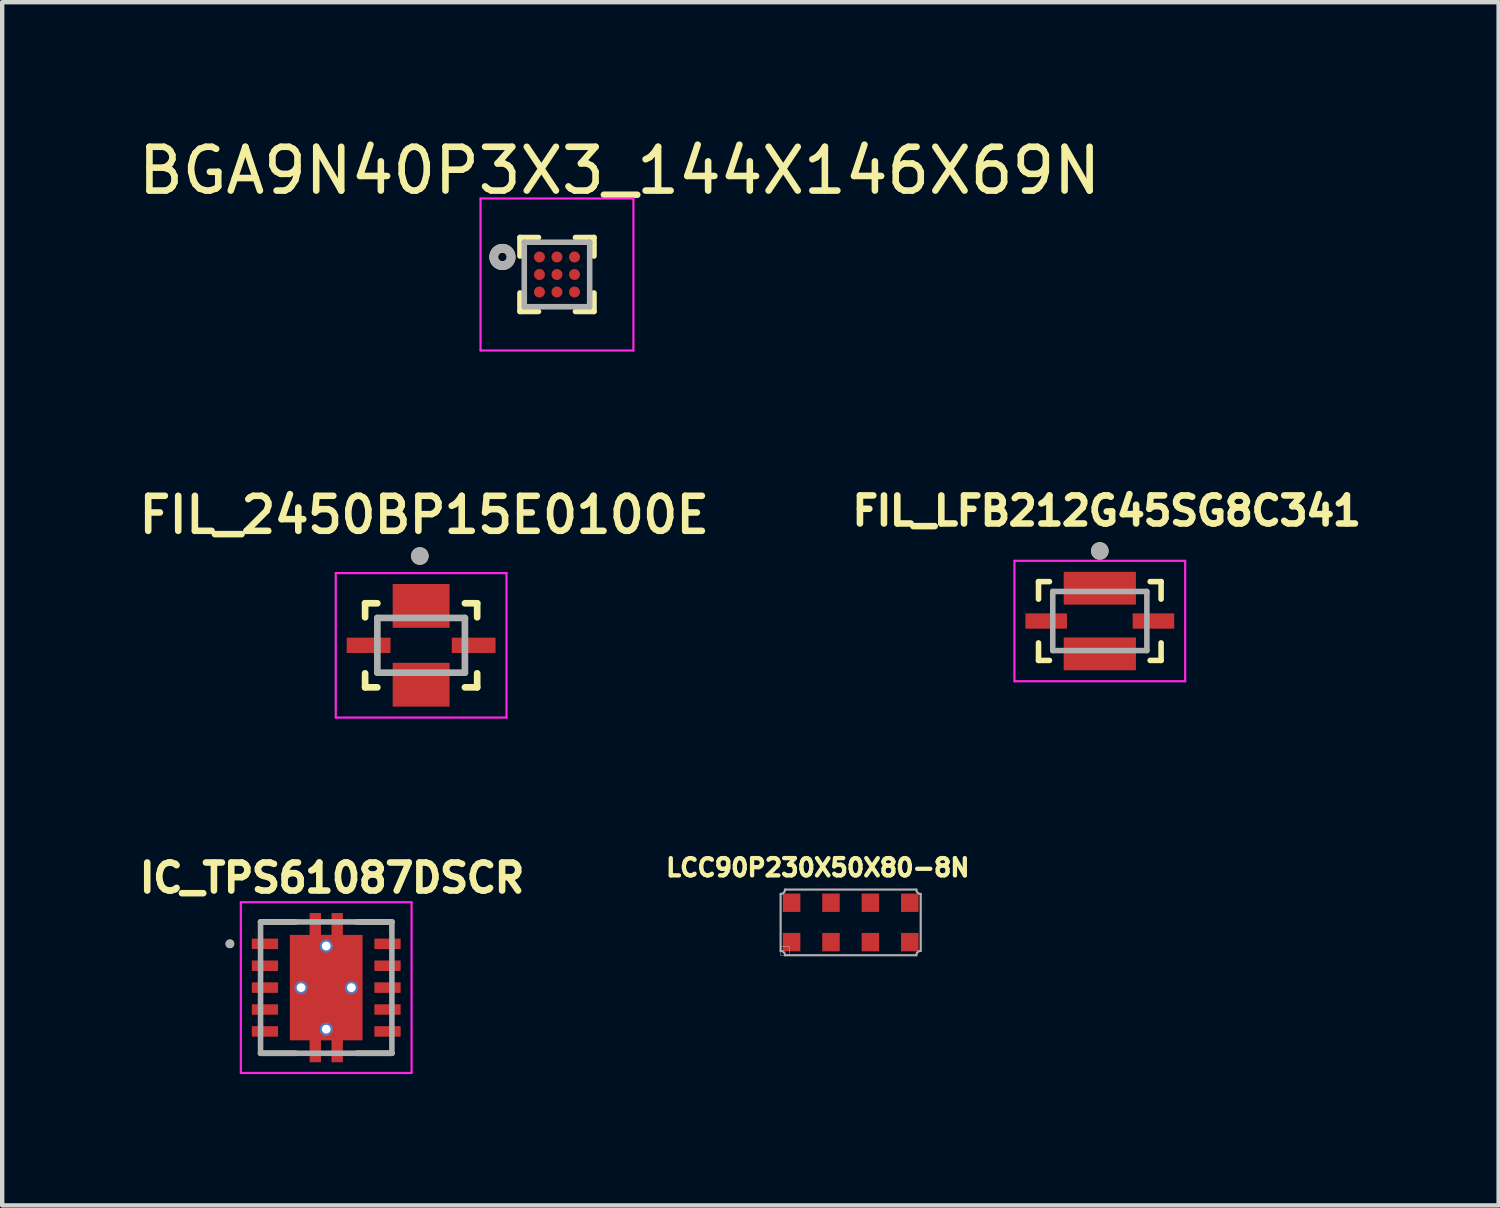
<source format=kicad_pcb>
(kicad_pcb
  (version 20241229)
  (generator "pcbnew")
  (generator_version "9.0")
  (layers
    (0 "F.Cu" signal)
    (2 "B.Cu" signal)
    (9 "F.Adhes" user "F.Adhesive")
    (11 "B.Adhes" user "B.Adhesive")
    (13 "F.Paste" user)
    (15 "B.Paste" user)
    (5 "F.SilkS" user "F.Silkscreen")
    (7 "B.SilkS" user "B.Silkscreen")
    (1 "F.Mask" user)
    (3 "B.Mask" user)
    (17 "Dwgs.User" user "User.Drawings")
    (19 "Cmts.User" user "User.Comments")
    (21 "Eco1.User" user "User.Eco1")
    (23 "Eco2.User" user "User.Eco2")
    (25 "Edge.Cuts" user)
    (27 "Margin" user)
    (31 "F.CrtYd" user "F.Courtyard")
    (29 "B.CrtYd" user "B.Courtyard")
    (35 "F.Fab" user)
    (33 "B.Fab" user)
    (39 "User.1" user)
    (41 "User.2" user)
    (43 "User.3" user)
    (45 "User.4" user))
  (footprint "FIL_2450BP15E0100E"
    (layer "F.Cu")
    (at 6.57 11.691)
    (property "Reference" "FIL_2450BP15E0100E" (at 0.07 -2.978 0) (layer "F.SilkS") (effects (font (size 0.8 0.8) (thickness 0.15))))
    (attr through_hole)
    (fp_line (start -1.28 -0.96) (end -1 -0.96) (stroke (width 0.152) (type solid)) (layer "F.SilkS"))
    (fp_line (start -1.28 -0.64) (end -1.28 -0.96) (stroke (width 0.152) (type solid)) (layer "F.SilkS"))
    (fp_line (start -1.28 0.64) (end -1.28 0.96) (stroke (width 0.152) (type solid)) (layer "F.SilkS"))
    (fp_line (start -1.28 0.96) (end -1 0.96) (stroke (width 0.152) (type solid)) (layer "F.SilkS"))
    (fp_line (start 1 0.96) (end 1.28 0.96) (stroke (width 0.152) (type solid)) (layer "F.SilkS"))
    (fp_line (start 1.28 -0.96) (end 1 -0.96) (stroke (width 0.152) (type solid)) (layer "F.SilkS"))
    (fp_line (start 1.28 -0.64) (end 1.28 -0.96) (stroke (width 0.152) (type solid)) (layer "F.SilkS"))
    (fp_line (start 1.28 0.96) (end 1.28 0.64) (stroke (width 0.152) (type solid)) (layer "F.SilkS"))
    (fp_circle (center -0.03 -2.04) (end 0.07 -2.04) (stroke (width 0.2) (type solid)) (fill no) (layer "F.SilkS"))
    (fp_line (start -1.95 -1.65) (end -1.95 1.65) (stroke (width 0.05) (type solid)) (layer "F.CrtYd"))
    (fp_line (start -1.95 1.65) (end 1.95 1.65) (stroke (width 0.05) (type solid)) (layer "F.CrtYd"))
    (fp_line (start 1.95 -1.65) (end -1.95 -1.65) (stroke (width 0.05) (type solid)) (layer "F.CrtYd"))
    (fp_line (start 1.95 1.65) (end 1.95 -1.65) (stroke (width 0.05) (type solid)) (layer "F.CrtYd"))
    (fp_line (start -1 -0.625) (end -1 0.625) (stroke (width 0.152) (type solid)) (layer "F.Fab"))
    (fp_line (start -1 0.625) (end 1 0.625) (stroke (width 0.152) (type solid)) (layer "F.Fab"))
    (fp_line (start 1 -0.625) (end -1 -0.625) (stroke (width 0.152) (type solid)) (layer "F.Fab"))
    (fp_line (start 1 0.625) (end 1 -0.625) (stroke (width 0.152) (type solid)) (layer "F.Fab"))
    (fp_circle (center -0.03 -2.04) (end 0.07 -2.04) (stroke (width 0.2) (type solid)) (fill no) (layer "F.Fab"))
    (pad "1" smd rect (at 0 -0.9) (size 1.3 1) (layers "F.Cu" "F.Mask" "F.Paste"))
    (pad "2" smd rect (at 1.2 0) (size 1 0.35) (layers "F.Cu" "F.Mask" "F.Paste"))
    (pad "3" smd rect (at 0 0.9) (size 1.3 1) (layers "F.Cu" "F.Mask" "F.Paste"))
    (pad "4" smd rect (at -1.2 0) (size 1 0.35) (layers "F.Cu" "F.Mask" "F.Paste")))
  (footprint "FIL_LFB212G45SG8C341"
    (layer "F.Cu")
    (at 22.073 11.136)
    (property "Reference" "FIL_LFB212G45SG8C341" (at 0.159 -2.517 0) (layer "F.SilkS") (effects (font (size 0.64 0.64) (thickness 0.15))))
    (attr through_hole)
    (fp_poly (pts (xy -1.7 -0.175) (xy -0.75 -0.175) (xy -0.75 0.175) (xy -1.7 0.175)) (stroke (width 0.01) (type solid)) (fill yes) (layer "F.Mask"))
    (fp_poly (pts (xy -0.825 -1.125) (xy 0.825 -1.125) (xy 0.825 -0.375) (xy -0.825 -0.375)) (stroke (width 0.01) (type solid)) (fill yes) (layer "F.Mask"))
    (fp_poly (pts (xy -0.825 0.375) (xy 0.825 0.375) (xy 0.825 1.125) (xy -0.825 1.125)) (stroke (width 0.01) (type solid)) (fill yes) (layer "F.Mask"))
    (fp_poly (pts (xy 0.75 -0.175) (xy 1.7 -0.175) (xy 1.7 0.175) (xy 0.75 0.175)) (stroke (width 0.01) (type solid)) (fill yes) (layer "F.Mask"))
    (fp_line (start -1.4 -0.9) (end -1.4 -0.5) (stroke (width 0.127) (type solid)) (layer "F.SilkS"))
    (fp_line (start -1.4 0.9) (end -1.4 0.5) (stroke (width 0.127) (type solid)) (layer "F.SilkS"))
    (fp_line (start -1.15 -0.9) (end -1.4 -0.9) (stroke (width 0.127) (type solid)) (layer "F.SilkS"))
    (fp_line (start -1.15 0.9) (end -1.4 0.9) (stroke (width 0.127) (type solid)) (layer "F.SilkS"))
    (fp_line (start 1.15 -0.9) (end 1.4 -0.9) (stroke (width 0.127) (type solid)) (layer "F.SilkS"))
    (fp_line (start 1.15 0.9) (end 1.4 0.9) (stroke (width 0.127) (type solid)) (layer "F.SilkS"))
    (fp_line (start 1.4 -0.9) (end 1.4 -0.5) (stroke (width 0.127) (type solid)) (layer "F.SilkS"))
    (fp_line (start 1.4 0.9) (end 1.4 0.5) (stroke (width 0.127) (type solid)) (layer "F.SilkS"))
    (fp_circle (center 0 -1.6) (end 0.1 -1.6) (stroke (width 0.2) (type solid)) (fill no) (layer "F.SilkS"))
    (fp_line (start -1.95 -1.375) (end 1.95 -1.375) (stroke (width 0.05) (type solid)) (layer "F.CrtYd"))
    (fp_line (start -1.95 1.375) (end -1.95 -1.375) (stroke (width 0.05) (type solid)) (layer "F.CrtYd"))
    (fp_line (start -1.95 1.375) (end 1.95 1.375) (stroke (width 0.05) (type solid)) (layer "F.CrtYd"))
    (fp_line (start 1.95 1.375) (end 1.95 -1.375) (stroke (width 0.05) (type solid)) (layer "F.CrtYd"))
    (fp_line (start -1.075 0.675) (end -1.075 -0.675) (stroke (width 0.127) (type solid)) (layer "F.Fab"))
    (fp_line (start 1.075 -0.675) (end -1.075 -0.675) (stroke (width 0.127) (type solid)) (layer "F.Fab"))
    (fp_line (start 1.075 0.675) (end -1.075 0.675) (stroke (width 0.127) (type solid)) (layer "F.Fab"))
    (fp_line (start 1.075 0.675) (end 1.075 -0.675) (stroke (width 0.127) (type solid)) (layer "F.Fab"))
    (fp_circle (center 0 -1.6) (end 0.1 -1.6) (stroke (width 0.2) (type solid)) (fill no) (layer "F.Fab"))
    (pad "1" smd rect (at 0 -0.75) (size 1.65 0.75) (layers "F.Cu" "F.Paste"))
    (pad "2" smd rect (at 1.225 0) (size 0.95 0.35) (layers "F.Cu" "F.Paste"))
    (pad "3" smd rect (at 0 0.75) (size 1.65 0.75) (layers "F.Cu" "F.Paste"))
    (pad "4" smd rect (at -1.225 0) (size 0.95 0.35) (layers "F.Cu" "F.Paste")))
  (footprint "BGA9N40P3X3_144X146X69N"
    (layer "F.Cu")
    (at 9.673 3.22)
    (property "Reference" "BGA9N40P3X3_144X146X69N" (at 1.429 -2.372 0) (layer "F.SilkS") (effects (font (size 1 1) (thickness 0.15))))
    (attr through_hole)
    (fp_line (start -0.845 -0.845) (end -0.845 -0.422) (stroke (width 0.127) (type solid)) (layer "F.SilkS"))
    (fp_line (start -0.845 -0.845) (end -0.422 -0.845) (stroke (width 0.127) (type solid)) (layer "F.SilkS"))
    (fp_line (start -0.845 0.845) (end -0.845 0.422) (stroke (width 0.127) (type solid)) (layer "F.SilkS"))
    (fp_line (start -0.845 0.845) (end -0.422 0.845) (stroke (width 0.127) (type solid)) (layer "F.SilkS"))
    (fp_line (start 0.845 -0.845) (end 0.422 -0.845) (stroke (width 0.127) (type solid)) (layer "F.SilkS"))
    (fp_line (start 0.845 -0.845) (end 0.845 -0.422) (stroke (width 0.127) (type solid)) (layer "F.SilkS"))
    (fp_line (start 0.845 0.845) (end 0.422 0.845) (stroke (width 0.127) (type solid)) (layer "F.SilkS"))
    (fp_line (start 0.845 0.845) (end 0.845 0.422) (stroke (width 0.127) (type solid)) (layer "F.SilkS"))
    (fp_circle (center -1.246 -0.4) (end -1.147 -0.4) (stroke (width 0.2) (type solid)) (fill no) (layer "F.SilkS"))
    (fp_line (start -1.746 -1.736) (end 1.746 -1.736) (stroke (width 0.05) (type solid)) (layer "F.CrtYd"))
    (fp_line (start -1.746 1.736) (end -1.746 -1.736) (stroke (width 0.05) (type solid)) (layer "F.CrtYd"))
    (fp_line (start -1.746 1.736) (end 1.746 1.736) (stroke (width 0.05) (type solid)) (layer "F.CrtYd"))
    (fp_line (start 1.746 1.736) (end 1.746 -1.736) (stroke (width 0.05) (type solid)) (layer "F.CrtYd"))
    (fp_line (start -0.747 0.737) (end -0.747 -0.737) (stroke (width 0.127) (type solid)) (layer "F.Fab"))
    (fp_line (start 0.747 -0.737) (end -0.747 -0.737) (stroke (width 0.127) (type solid)) (layer "F.Fab"))
    (fp_line (start 0.747 0.737) (end -0.747 0.737) (stroke (width 0.127) (type solid)) (layer "F.Fab"))
    (fp_line (start 0.747 0.737) (end 0.747 -0.737) (stroke (width 0.127) (type solid)) (layer "F.Fab"))
    (fp_circle (center -1.246 -0.4) (end -1.147 -0.4) (stroke (width 0.2) (type solid)) (fill no) (layer "F.Fab"))
    (pad "A1" smd circle (at -0.4 -0.4) (size 0.25 0.25) (layers "F.Cu" "F.Mask" "F.Paste"))
    (pad "A2" smd circle (at 0 -0.4) (size 0.25 0.25) (layers "F.Cu" "F.Mask" "F.Paste"))
    (pad "A3" smd circle (at 0.4 -0.4) (size 0.25 0.25) (layers "F.Cu" "F.Mask" "F.Paste"))
    (pad "B1" smd circle (at -0.4 0) (size 0.25 0.25) (layers "F.Cu" "F.Mask" "F.Paste"))
    (pad "B2" smd circle (at 0 0) (size 0.25 0.25) (layers "F.Cu" "F.Mask" "F.Paste"))
    (pad "B3" smd circle (at 0.4 0) (size 0.25 0.25) (layers "F.Cu" "F.Mask" "F.Paste"))
    (pad "C1" smd circle (at -0.4 0.4) (size 0.25 0.25) (layers "F.Cu" "F.Mask" "F.Paste"))
    (pad "C2" smd circle (at 0 0.4) (size 0.25 0.25) (layers "F.Cu" "F.Mask" "F.Paste"))
    (pad "C3" smd circle (at 0.4 0.4) (size 0.25 0.25) (layers "F.Cu" "F.Mask" "F.Paste")))
  (footprint "IC_TPS61087DSCR"
    (layer "F.Cu")
    (at 4.402 19.51)
    (property "Reference" "IC_TPS61087DSCR" (at 0.132 -2.506 0) (layer "F.SilkS") (effects (font (size 0.64 0.64) (thickness 0.15))))
    (attr through_hole)
    (fp_poly (pts (xy -1.77 -1.19) (xy -1.03 -1.19) (xy -1.03 -0.81) (xy -1.77 -0.81)) (stroke (width 0.01) (type solid)) (fill yes) (layer "F.Mask"))
    (fp_poly (pts (xy -1.77 -0.69) (xy -1.03 -0.69) (xy -1.03 -0.31) (xy -1.77 -0.31)) (stroke (width 0.01) (type solid)) (fill yes) (layer "F.Mask"))
    (fp_poly (pts (xy -1.77 -0.19) (xy -1.03 -0.19) (xy -1.03 0.19) (xy -1.77 0.19)) (stroke (width 0.01) (type solid)) (fill yes) (layer "F.Mask"))
    (fp_poly (pts (xy -1.77 0.31) (xy -1.03 0.31) (xy -1.03 0.69) (xy -1.77 0.69)) (stroke (width 0.01) (type solid)) (fill yes) (layer "F.Mask"))
    (fp_poly (pts (xy -1.77 0.81) (xy -1.03 0.81) (xy -1.03 1.19) (xy -1.77 1.19)) (stroke (width 0.01) (type solid)) (fill yes) (layer "F.Mask"))
    (fp_poly (pts (xy 1.03 -1.19) (xy 1.77 -1.19) (xy 1.77 -0.81) (xy 1.03 -0.81)) (stroke (width 0.01) (type solid)) (fill yes) (layer "F.Mask"))
    (fp_poly (pts (xy 1.03 -0.69) (xy 1.77 -0.69) (xy 1.77 -0.31) (xy 1.03 -0.31)) (stroke (width 0.01) (type solid)) (fill yes) (layer "F.Mask"))
    (fp_poly (pts (xy 1.03 -0.19) (xy 1.77 -0.19) (xy 1.77 0.19) (xy 1.03 0.19)) (stroke (width 0.01) (type solid)) (fill yes) (layer "F.Mask"))
    (fp_poly (pts (xy 1.03 0.31) (xy 1.77 0.31) (xy 1.77 0.69) (xy 1.03 0.69)) (stroke (width 0.01) (type solid)) (fill yes) (layer "F.Mask"))
    (fp_poly (pts (xy 1.03 0.81) (xy 1.77 0.81) (xy 1.77 1.19) (xy 1.03 1.19)) (stroke (width 0.01) (type solid)) (fill yes) (layer "F.Mask"))
    (fp_poly (pts (xy -0.895 -1.27) (xy -0.445 -1.27) (xy -0.445 -1.77) (xy -0.055 -1.77) (xy -0.055 -1.27) (xy 0.055 -1.27) (xy 0.055 -1.77) (xy 0.445 -1.77) (xy 0.445 -1.27) (xy 0.895 -1.27) (xy 0.895 1.27) (xy 0.445 1.27) (xy 0.445 1.77) (xy 0.055 1.77) (xy 0.055 1.27) (xy -0.055 1.27) (xy -0.055 1.77) (xy -0.445 1.77) (xy -0.445 1.27) (xy -0.895 1.27)) (stroke (width 0.01) (type solid)) (fill yes) (layer "F.Mask"))
    (fp_line (start -1.5 -1.5) (end -0.695 -1.5) (stroke (width 0.127) (type solid)) (layer "F.SilkS"))
    (fp_line (start -1.5 1.5) (end -0.695 1.5) (stroke (width 0.127) (type solid)) (layer "F.SilkS"))
    (fp_line (start 0.695 -1.5) (end 1.5 -1.5) (stroke (width 0.127) (type solid)) (layer "F.SilkS"))
    (fp_line (start 0.695 1.5) (end 1.5 1.5) (stroke (width 0.127) (type solid)) (layer "F.SilkS"))
    (fp_circle (center -2.2 -1) (end -2.15 -1) (stroke (width 0.1) (type solid)) (fill no) (layer "F.SilkS"))
    (fp_poly (pts (xy -0.75 -1.16) (xy 0.75 -1.16) (xy 0.75 -0.1) (xy -0.75 -0.1)) (stroke (width 0.01) (type solid)) (fill yes) (layer "F.Paste"))
    (fp_poly (pts (xy -0.75 0.1) (xy 0.75 0.1) (xy 0.75 1.16) (xy -0.75 1.16)) (stroke (width 0.01) (type solid)) (fill yes) (layer "F.Paste"))
    (fp_poly (pts (xy -0.375 -1.7) (xy -0.125 -1.7) (xy -0.125 -1.36) (xy -0.375 -1.36)) (stroke (width 0.01) (type solid)) (fill yes) (layer "F.Paste"))
    (fp_poly (pts (xy -0.375 1.36) (xy -0.125 1.36) (xy -0.125 1.7) (xy -0.375 1.7)) (stroke (width 0.01) (type solid)) (fill yes) (layer "F.Paste"))
    (fp_poly (pts (xy 0.125 -1.7) (xy 0.375 -1.7) (xy 0.375 -1.36) (xy 0.125 -1.36)) (stroke (width 0.01) (type solid)) (fill yes) (layer "F.Paste"))
    (fp_poly (pts (xy 0.125 1.36) (xy 0.375 1.36) (xy 0.375 1.7) (xy 0.125 1.7)) (stroke (width 0.01) (type solid)) (fill yes) (layer "F.Paste"))
    (fp_line (start -1.95 -1.95) (end -1.95 1.95) (stroke (width 0.05) (type solid)) (layer "F.CrtYd"))
    (fp_line (start -1.95 1.95) (end 1.95 1.95) (stroke (width 0.05) (type solid)) (layer "F.CrtYd"))
    (fp_line (start 1.95 -1.95) (end -1.95 -1.95) (stroke (width 0.05) (type solid)) (layer "F.CrtYd"))
    (fp_line (start 1.95 1.95) (end 1.95 -1.95) (stroke (width 0.05) (type solid)) (layer "F.CrtYd"))
    (fp_line (start -1.5 -1.5) (end 1.5 -1.5) (stroke (width 0.127) (type solid)) (layer "F.Fab"))
    (fp_line (start -1.5 1.5) (end -1.5 -1.5) (stroke (width 0.127) (type solid)) (layer "F.Fab"))
    (fp_line (start 1.5 -1.5) (end 1.5 1.5) (stroke (width 0.127) (type solid)) (layer "F.Fab"))
    (fp_line (start 1.5 1.5) (end -1.5 1.5) (stroke (width 0.127) (type solid)) (layer "F.Fab"))
    (fp_circle (center -2.2 -1) (end -2.15 -1) (stroke (width 0.1) (type solid)) (fill no) (layer "F.Fab"))
    (pad "1" smd roundrect (at -1.4 -1) (size 0.6 0.24) (layers "F.Cu" "F.Paste") (roundrect_rratio 0.05))
    (pad "2" smd roundrect (at -1.4 -0.5) (size 0.6 0.24) (layers "F.Cu" "F.Paste") (roundrect_rratio 0.05))
    (pad "3" smd roundrect (at -1.4 0) (size 0.6 0.24) (layers "F.Cu" "F.Paste") (roundrect_rratio 0.05))
    (pad "4" smd roundrect (at -1.4 0.5) (size 0.6 0.24) (layers "F.Cu" "F.Paste") (roundrect_rratio 0.05))
    (pad "5" smd roundrect (at -1.4 1) (size 0.6 0.24) (layers "F.Cu" "F.Paste") (roundrect_rratio 0.05))
    (pad "6" smd roundrect (at 1.4 1) (size 0.6 0.24) (layers "F.Cu" "F.Paste") (roundrect_rratio 0.05))
    (pad "7" smd roundrect (at 1.4 0.5) (size 0.6 0.24) (layers "F.Cu" "F.Paste") (roundrect_rratio 0.05))
    (pad "8" smd roundrect (at 1.4 0) (size 0.6 0.24) (layers "F.Cu" "F.Paste") (roundrect_rratio 0.05))
    (pad "9" smd roundrect (at 1.4 -0.5) (size 0.6 0.24) (layers "F.Cu" "F.Paste") (roundrect_rratio 0.05))
    (pad "10" smd roundrect (at 1.4 -1) (size 0.6 0.24) (layers "F.Cu" "F.Paste") (roundrect_rratio 0.05))
    (pad "11" smd custom (at 0 0) (size 0.5 0.5) (layers "F.Cu") (options (anchor rect)) (primitives (gr_poly (pts (xy -0.825 -1.2) (xy -0.375 -1.2) (xy -0.375 -1.7) (xy -0.125 -1.7) (xy -0.125 -1.2) (xy 0.125 -1.2) (xy 0.125 -1.7) (xy 0.375 -1.7) (xy 0.375 -1.2) (xy 0.825 -1.2) (xy 0.825 1.2) (xy 0.375 1.2) (xy 0.375 1.7) (xy 0.125 1.7) (xy 0.125 1.2) (xy -0.125 1.2) (xy -0.125 1.7) (xy -0.375 1.7) (xy -0.375 1.2) (xy -0.825 1.2)) (width 0.01) (fill yes))))
    (pad "12" thru_hole circle (at 0 -0.95) (size 0.3 0.3) (drill 0.2) (layers "*.Cu"))
    (pad "13" thru_hole circle (at 0 0.95) (size 0.3 0.3) (drill 0.2) (layers "*.Cu"))
    (pad "14" thru_hole circle (at -0.575 0) (size 0.3 0.3) (drill 0.2) (layers "*.Cu"))
    (pad "15" thru_hole circle (at 0.575 0) (size 0.3 0.3) (drill 0.2) (layers "*.Cu")))
  (footprint "LCC90P230X50X80-8N"
    (layer "F.Cu")
    (at 16.382 18.021)
    (property "Reference" "LCC90P230X50X80-8N" (at -0.751 -1.252 0) (layer "F.SilkS") (effects (font (size 0.394 0.394) (thickness 0.15))))
    (attr through_hole)
    (fp_poly (pts (xy -1.601 0.55) (xy -1.4 0.55) (xy -1.4 0.75) (xy -1.601 0.75)) (stroke (width 0.01) (type solid)) (fill no) (layer "Dwgs.User"))
    (fp_line (start -1.6 -0.65) (end -1.6 0.65) (stroke (width 0.05) (type solid)) (layer "F.Fab"))
    (fp_line (start -1.5 0.75) (end 1.5 0.75) (stroke (width 0.05) (type solid)) (layer "F.Fab"))
    (fp_line (start 1.5 -0.75) (end -1.5 -0.75) (stroke (width 0.05) (type solid)) (layer "F.Fab"))
    (fp_line (start 1.6 0.65) (end 1.6 -0.65) (stroke (width 0.05) (type solid)) (layer "F.Fab"))
    (fp_arc (start -1.6 0.65) (mid -1.529289 0.679289) (end -1.5 0.75) (stroke (width 0.05) (type solid)) (layer "F.Fab"))
    (fp_arc (start -1.5 -0.75) (mid -1.529289 -0.679289) (end -1.6 -0.65) (stroke (width 0.05) (type solid)) (layer "F.Fab"))
    (fp_arc (start 1.5 0.75) (mid 1.529289 0.679289) (end 1.6 0.65) (stroke (width 0.05) (type solid)) (layer "F.Fab"))
    (fp_arc (start 1.6 -0.65) (mid 1.529289 -0.679289) (end 1.5 -0.75) (stroke (width 0.05) (type solid)) (layer "F.Fab"))
    (pad "1" smd rect (at -1.35 0.45) (size 0.4 0.42) (layers "F.Cu" "F.Mask" "F.Paste"))
    (pad "2" smd rect (at -0.45 0.45) (size 0.4 0.42) (layers "F.Cu" "F.Mask" "F.Paste"))
    (pad "3" smd rect (at 0.45 0.45) (size 0.4 0.42) (layers "F.Cu" "F.Mask" "F.Paste"))
    (pad "4" smd rect (at 1.35 0.45) (size 0.4 0.42) (layers "F.Cu" "F.Mask" "F.Paste"))
    (pad "5" smd rect (at 1.35 -0.45) (size 0.4 0.42) (layers "F.Cu" "F.Mask" "F.Paste"))
    (pad "6" smd rect (at 0.45 -0.45) (size 0.4 0.42) (layers "F.Cu" "F.Mask" "F.Paste"))
    (pad "7" smd rect (at -0.45 -0.45) (size 0.4 0.42) (layers "F.Cu" "F.Mask" "F.Paste"))
    (pad "8" smd rect (at -1.35 -0.45) (size 0.4 0.42) (layers "F.Cu" "F.Mask" "F.Paste")))
  (gr_rect
    (start -3 -3)
    (end 31.183 24.485)
    (stroke (width 0.1) (type default))
    (fill no)
    (layer "Edge.Cuts")))
</source>
